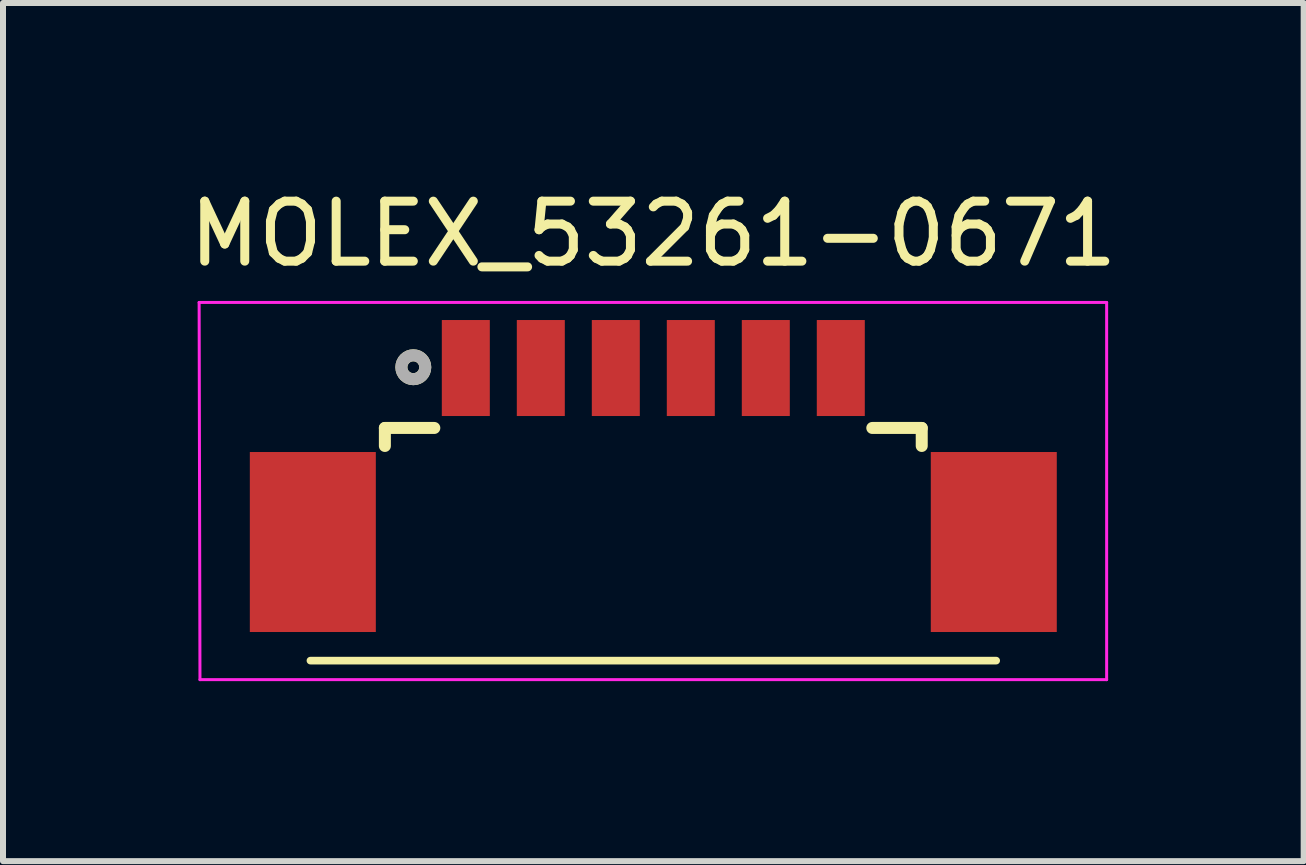
<source format=kicad_pcb>
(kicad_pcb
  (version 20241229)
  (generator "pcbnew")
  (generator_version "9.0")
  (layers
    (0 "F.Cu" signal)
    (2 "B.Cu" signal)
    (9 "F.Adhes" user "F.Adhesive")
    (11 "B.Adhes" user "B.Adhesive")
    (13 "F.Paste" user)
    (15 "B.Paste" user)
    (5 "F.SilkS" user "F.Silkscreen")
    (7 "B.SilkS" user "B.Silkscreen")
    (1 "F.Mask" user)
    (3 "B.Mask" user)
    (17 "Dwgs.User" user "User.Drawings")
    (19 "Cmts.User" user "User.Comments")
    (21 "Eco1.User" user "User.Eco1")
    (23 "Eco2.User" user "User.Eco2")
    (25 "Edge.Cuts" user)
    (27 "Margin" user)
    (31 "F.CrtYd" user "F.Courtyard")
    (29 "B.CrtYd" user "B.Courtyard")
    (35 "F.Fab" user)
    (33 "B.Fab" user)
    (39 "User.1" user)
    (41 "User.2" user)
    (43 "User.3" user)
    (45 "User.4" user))
  (footprint "MOLEX_53261-0671"
    (layer "F.Cu")
    (at 7.839 5.484)
    (property "Reference" "MOLEX_53261-0671" (at 0 -4.636 0) (layer "F.SilkS") (effects (font (size 1 1) (thickness 0.15))))
    (attr through_hole)
    (fp_line (start -4.474 -1.401) (end -4.474 -1.101) (stroke (width 0.2) (type solid)) (layer "F.SilkS"))
    (fp_line (start -4.474 -1.401) (end -3.65 -1.401) (stroke (width 0.2) (type solid)) (layer "F.SilkS"))
    (fp_line (start 4.474 -1.401) (end 3.65 -1.401) (stroke (width 0.2) (type solid)) (layer "F.SilkS"))
    (fp_line (start 4.474 -1.401) (end 4.474 -1.101) (stroke (width 0.2) (type solid)) (layer "F.SilkS"))
    (fp_line (start 5.715 2.477) (end -5.715 2.477) (stroke (width 0.127) (type solid)) (layer "F.SilkS"))
    (fp_circle (center -4 -2.413) (end -3.901 -2.413) (stroke (width 0.2) (type solid)) (fill no) (layer "F.SilkS"))
    (fp_line (start -7.556 2.794) (end -7.57 -3.493) (stroke (width 0.05) (type solid)) (layer "F.CrtYd"))
    (fp_line (start 7.556 -3.493) (end -7.57 -3.493) (stroke (width 0.05) (type solid)) (layer "F.CrtYd"))
    (fp_line (start 7.556 -3.493) (end 7.556 2.794) (stroke (width 0.05) (type solid)) (layer "F.CrtYd"))
    (fp_line (start 7.556 2.794) (end -7.556 2.794) (stroke (width 0.05) (type solid)) (layer "F.CrtYd"))
    (fp_circle (center -4 -2.413) (end -3.901 -2.413) (stroke (width 0.2) (type solid)) (fill no) (layer "F.Fab"))
    (pad "1" smd rect (at -3.125 -2.4) (size 0.8 1.6) (layers "F.Cu" "F.Paste"))
    (pad "2" smd rect (at -1.875 -2.4) (size 0.8 1.6) (layers "F.Cu" "F.Paste"))
    (pad "3" smd rect (at -0.625 -2.4) (size 0.8 1.6) (layers "F.Cu" "F.Paste"))
    (pad "4" smd rect (at 0.625 -2.4) (size 0.8 1.6) (layers "F.Cu" "F.Paste"))
    (pad "5" smd rect (at 1.875 -2.4) (size 0.8 1.6) (layers "F.Cu" "F.Paste"))
    (pad "6" smd rect (at 3.125 -2.4) (size 0.8 1.6) (layers "F.Cu" "F.Paste"))
    (pad "P1" smd rect (at -5.675 0.5) (size 2.1 3) (layers "F.Cu" "F.Paste"))
    (pad "P2" smd rect (at 5.675 0.5) (size 2.1 3) (layers "F.Cu" "F.Paste")))
  (gr_rect
    (start -3 -3)
    (end 18.679 11.303)
    (stroke (width 0.1) (type default))
    (fill no)
    (layer "Edge.Cuts")))
</source>
